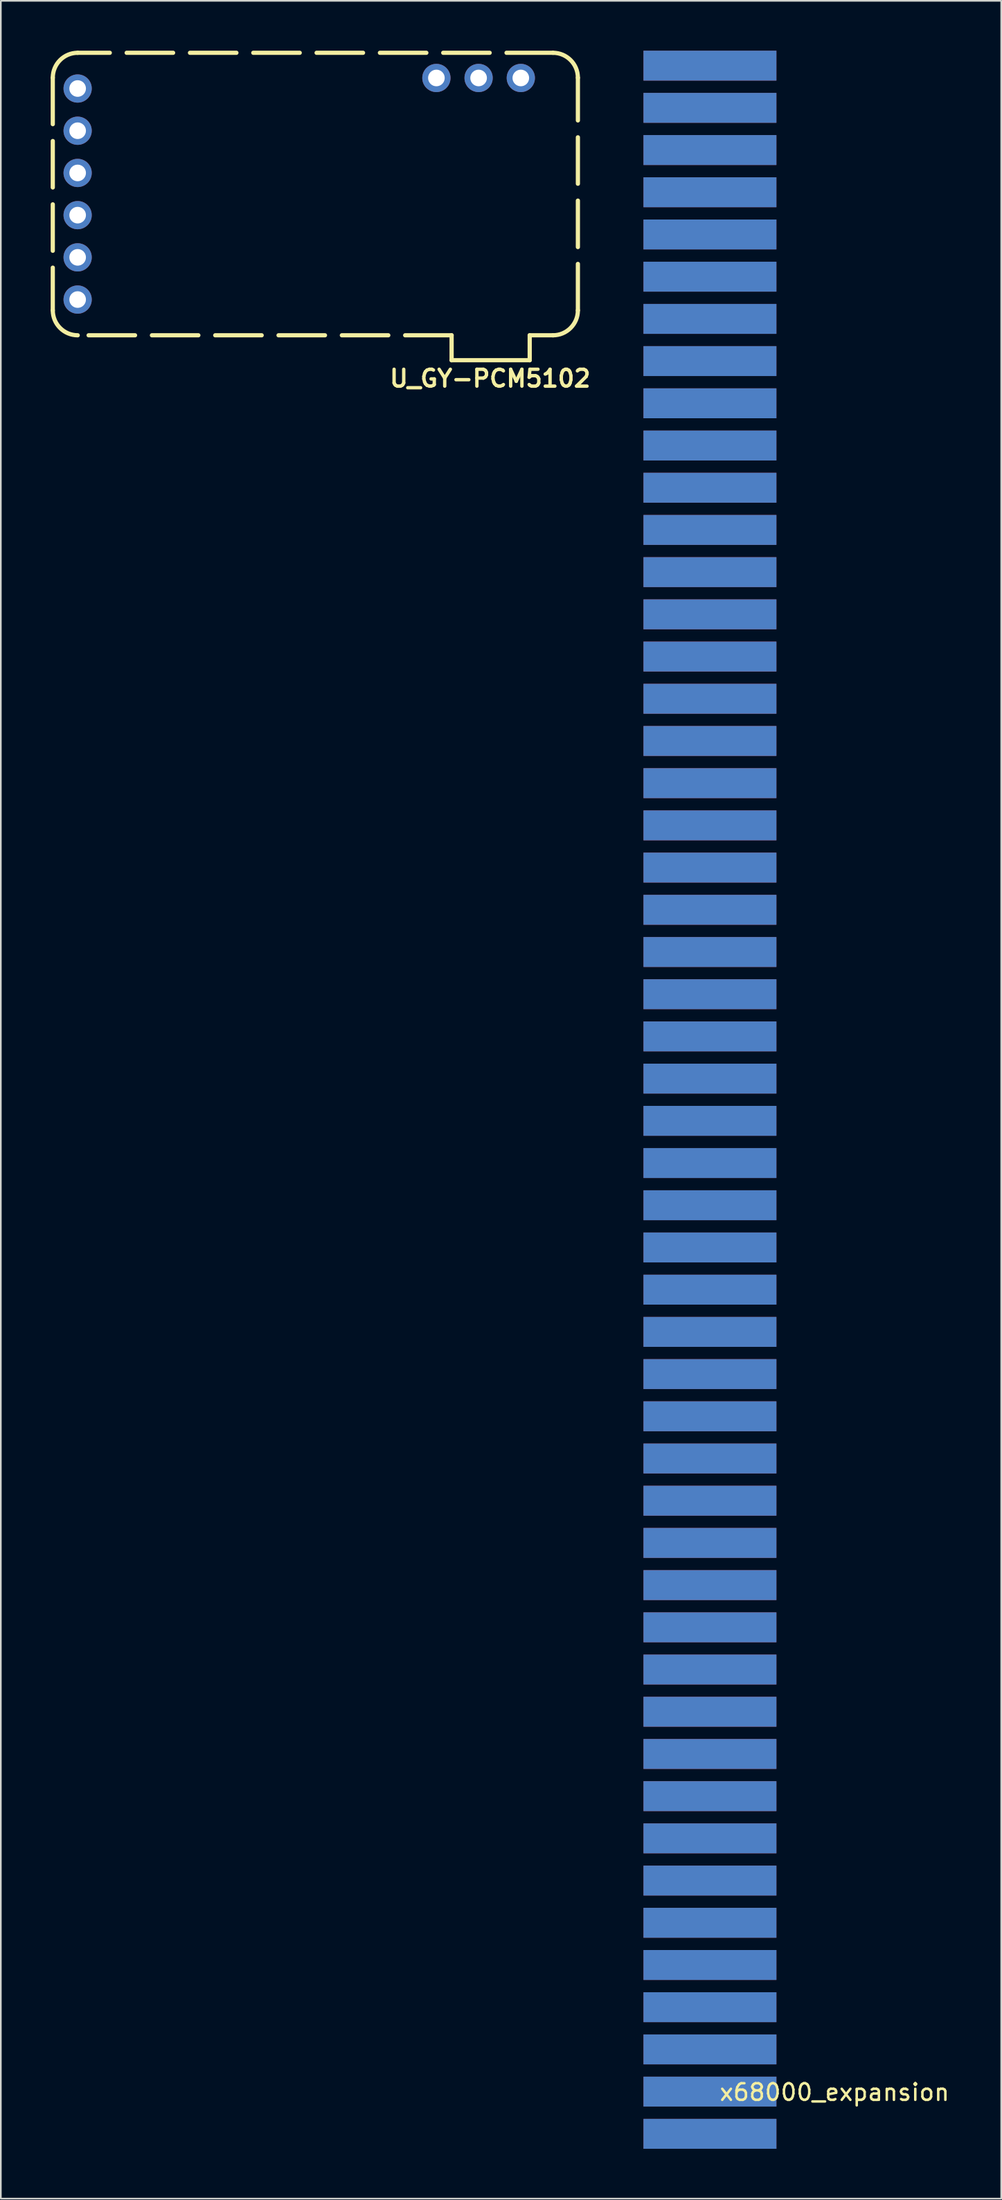
<source format=kicad_pcb>
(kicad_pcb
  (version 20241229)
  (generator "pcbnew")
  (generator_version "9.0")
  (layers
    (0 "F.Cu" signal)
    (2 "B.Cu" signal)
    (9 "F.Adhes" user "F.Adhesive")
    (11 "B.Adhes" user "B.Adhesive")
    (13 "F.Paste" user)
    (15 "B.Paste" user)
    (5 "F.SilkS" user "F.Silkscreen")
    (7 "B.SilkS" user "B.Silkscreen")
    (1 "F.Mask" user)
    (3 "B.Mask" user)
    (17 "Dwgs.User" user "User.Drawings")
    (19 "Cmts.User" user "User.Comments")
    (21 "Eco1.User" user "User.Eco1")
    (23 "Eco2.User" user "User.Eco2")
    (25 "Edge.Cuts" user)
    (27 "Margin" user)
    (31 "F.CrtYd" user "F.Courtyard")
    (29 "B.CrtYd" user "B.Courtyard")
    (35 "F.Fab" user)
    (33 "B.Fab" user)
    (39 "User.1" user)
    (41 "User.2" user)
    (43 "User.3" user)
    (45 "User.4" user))
  (footprint "x68000_expansion"
    (layer "F.Cu")
    (at 39.674 125.36)
    (property "Reference" "x68000_expansion" (at 7.5 -2.5 0) (layer "F.SilkS") (effects (font (size 1 1) (thickness 0.15))))
    (attr through_hole)
    (pad "A1" connect rect (at 0 0) (size 8 1.8) (layers "F.Cu" "F.Mask"))
    (pad "A2" connect rect (at 0 -2.54) (size 8 1.8) (layers "F.Cu" "F.Mask"))
    (pad "A3" connect rect (at 0 -5.08) (size 8 1.8) (layers "F.Cu" "F.Mask"))
    (pad "A4" connect rect (at 0 -7.62) (size 8 1.8) (layers "F.Cu" "F.Mask"))
    (pad "A5" connect rect (at 0 -10.16) (size 8 1.8) (layers "F.Cu" "F.Mask"))
    (pad "A6" connect rect (at 0 -12.7) (size 8 1.8) (layers "F.Cu" "F.Mask"))
    (pad "A7" connect rect (at 0 -15.24) (size 8 1.8) (layers "F.Cu" "F.Mask"))
    (pad "A8" connect rect (at 0 -17.78) (size 8 1.8) (layers "F.Cu" "F.Mask"))
    (pad "A9" connect rect (at 0 -20.32) (size 8 1.8) (layers "F.Cu" "F.Mask"))
    (pad "A10" connect rect (at 0 -22.86) (size 8 1.8) (layers "F.Cu" "F.Mask"))
    (pad "A11" connect rect (at 0 -25.4) (size 8 1.8) (layers "F.Cu" "F.Mask"))
    (pad "A12" connect rect (at 0 -27.94) (size 8 1.8) (layers "F.Cu" "F.Mask"))
    (pad "A13" connect rect (at 0 -30.48) (size 8 1.8) (layers "F.Cu" "F.Mask"))
    (pad "A14" connect rect (at 0 -33.02) (size 8 1.8) (layers "F.Cu" "F.Mask"))
    (pad "A15" connect rect (at 0 -35.56) (size 8 1.8) (layers "F.Cu" "F.Mask"))
    (pad "A16" connect rect (at 0 -38.1) (size 8 1.8) (layers "F.Cu" "F.Mask"))
    (pad "A17" connect rect (at 0 -40.64) (size 8 1.8) (layers "F.Cu" "F.Mask"))
    (pad "A18" connect rect (at 0 -43.18) (size 8 1.8) (layers "F.Cu" "F.Mask"))
    (pad "A19" connect rect (at 0 -45.72) (size 8 1.8) (layers "F.Cu" "F.Mask"))
    (pad "A20" connect rect (at 0 -48.26) (size 8 1.8) (layers "F.Cu" "F.Mask"))
    (pad "A21" connect rect (at 0 -50.8) (size 8 1.8) (layers "F.Cu" "F.Mask"))
    (pad "A22" connect rect (at 0 -53.34) (size 8 1.8) (layers "F.Cu" "F.Mask"))
    (pad "A23" connect rect (at 0 -55.88) (size 8 1.8) (layers "F.Cu" "F.Mask"))
    (pad "A24" connect rect (at 0 -58.42) (size 8 1.8) (layers "F.Cu" "F.Mask"))
    (pad "A25" connect rect (at 0 -60.96) (size 8 1.8) (layers "F.Cu" "F.Mask"))
    (pad "A26" connect rect (at 0 -63.5) (size 8 1.8) (layers "F.Cu" "F.Mask"))
    (pad "A27" connect rect (at 0 -66.04) (size 8 1.8) (layers "F.Cu" "F.Mask"))
    (pad "A28" connect rect (at 0 -68.58) (size 8 1.8) (layers "F.Cu" "F.Mask"))
    (pad "A29" connect rect (at 0 -71.12) (size 8 1.8) (layers "F.Cu" "F.Mask"))
    (pad "A30" connect rect (at 0 -73.66) (size 8 1.8) (layers "F.Cu" "F.Mask"))
    (pad "A31" connect rect (at 0 -76.2) (size 8 1.8) (layers "F.Cu" "F.Mask"))
    (pad "A32" connect rect (at 0 -78.74) (size 8 1.8) (layers "F.Cu" "F.Mask"))
    (pad "A33" connect rect (at 0 -81.28) (size 8 1.8) (layers "F.Cu" "F.Mask"))
    (pad "A34" connect rect (at 0 -83.82) (size 8 1.8) (layers "F.Cu" "F.Mask"))
    (pad "A35" connect rect (at 0 -86.36) (size 8 1.8) (layers "F.Cu" "F.Mask"))
    (pad "A36" connect rect (at 0 -88.9) (size 8 1.8) (layers "F.Cu" "F.Mask"))
    (pad "A37" connect rect (at 0 -91.44) (size 8 1.8) (layers "F.Cu" "F.Mask"))
    (pad "A38" connect rect (at 0 -93.98) (size 8 1.8) (layers "F.Cu" "F.Mask"))
    (pad "A39" connect rect (at 0 -96.52) (size 8 1.8) (layers "F.Cu" "F.Mask"))
    (pad "A40" connect rect (at 0 -99.06) (size 8 1.8) (layers "F.Cu" "F.Mask"))
    (pad "A41" connect rect (at 0 -101.6) (size 8 1.8) (layers "F.Cu" "F.Mask"))
    (pad "A42" connect rect (at 0 -104.14) (size 8 1.8) (layers "F.Cu" "F.Mask"))
    (pad "A43" connect rect (at 0 -106.68) (size 8 1.8) (layers "F.Cu" "F.Mask"))
    (pad "A44" connect rect (at 0 -109.22) (size 8 1.8) (layers "F.Cu" "F.Mask"))
    (pad "A45" connect rect (at 0 -111.76) (size 8 1.8) (layers "F.Cu" "F.Mask"))
    (pad "A46" connect rect (at 0 -114.3) (size 8 1.8) (layers "F.Cu" "F.Mask"))
    (pad "A47" connect rect (at 0 -116.84) (size 8 1.8) (layers "F.Cu" "F.Mask"))
    (pad "A48" connect rect (at 0 -119.38) (size 8 1.8) (layers "F.Cu" "F.Mask"))
    (pad "A49" connect rect (at 0 -121.92) (size 8 1.8) (layers "F.Cu" "F.Mask"))
    (pad "A50" connect rect (at 0 -124.46) (size 8 1.8) (layers "F.Cu" "F.Mask"))
    (pad "B1" connect rect (at 0 0) (size 8 1.8) (layers "B.Cu" "B.Mask"))
    (pad "B2" connect rect (at 0 -2.54) (size 8 1.8) (layers "B.Cu" "B.Mask"))
    (pad "B3" connect rect (at 0 -5.08) (size 8 1.8) (layers "B.Cu" "B.Mask"))
    (pad "B4" connect rect (at 0 -7.62) (size 8 1.8) (layers "B.Cu" "B.Mask"))
    (pad "B5" connect rect (at 0 -10.16) (size 8 1.8) (layers "B.Cu" "B.Mask"))
    (pad "B6" connect rect (at 0 -12.7) (size 8 1.8) (layers "B.Cu" "B.Mask"))
    (pad "B7" connect rect (at 0 -15.24) (size 8 1.8) (layers "B.Cu" "B.Mask"))
    (pad "B8" connect rect (at 0 -17.78) (size 8 1.8) (layers "B.Cu" "B.Mask"))
    (pad "B9" connect rect (at 0 -20.32) (size 8 1.8) (layers "B.Cu" "B.Mask"))
    (pad "B10" connect rect (at 0 -22.86) (size 8 1.8) (layers "B.Cu" "B.Mask"))
    (pad "B11" connect rect (at 0 -25.4) (size 8 1.8) (layers "B.Cu" "B.Mask"))
    (pad "B12" connect rect (at 0 -27.94) (size 8 1.8) (layers "B.Cu" "B.Mask"))
    (pad "B13" connect rect (at 0 -30.48) (size 8 1.8) (layers "B.Cu" "B.Mask"))
    (pad "B14" connect rect (at 0 -33.02) (size 8 1.8) (layers "B.Cu" "B.Mask"))
    (pad "B15" connect rect (at 0 -35.56) (size 8 1.8) (layers "B.Cu" "B.Mask"))
    (pad "B16" connect rect (at 0 -38.1) (size 8 1.8) (layers "B.Cu" "B.Mask"))
    (pad "B17" connect rect (at 0 -40.64) (size 8 1.8) (layers "B.Cu" "B.Mask"))
    (pad "B18" connect rect (at 0 -43.18) (size 8 1.8) (layers "B.Cu" "B.Mask"))
    (pad "B19" connect rect (at 0 -45.72) (size 8 1.8) (layers "B.Cu" "B.Mask"))
    (pad "B20" connect rect (at 0 -48.26) (size 8 1.8) (layers "B.Cu" "B.Mask"))
    (pad "B21" connect rect (at 0 -50.8) (size 8 1.8) (layers "B.Cu" "B.Mask"))
    (pad "B22" connect rect (at 0 -53.34) (size 8 1.8) (layers "B.Cu" "B.Mask"))
    (pad "B23" connect rect (at 0 -55.88) (size 8 1.8) (layers "B.Cu" "B.Mask"))
    (pad "B24" connect rect (at 0 -58.42) (size 8 1.8) (layers "B.Cu" "B.Mask"))
    (pad "B25" connect rect (at 0 -60.96) (size 8 1.8) (layers "B.Cu" "B.Mask"))
    (pad "B26" connect rect (at 0 -63.5) (size 8 1.8) (layers "B.Cu" "B.Mask"))
    (pad "B27" connect rect (at 0 -66.04) (size 8 1.8) (layers "B.Cu" "B.Mask"))
    (pad "B28" connect rect (at 0 -68.58) (size 8 1.8) (layers "B.Cu" "B.Mask"))
    (pad "B29" connect rect (at 0 -71.12) (size 8 1.8) (layers "B.Cu" "B.Mask"))
    (pad "B30" connect rect (at 0 -73.66) (size 8 1.8) (layers "B.Cu" "B.Mask"))
    (pad "B31" connect rect (at 0 -76.2) (size 8 1.8) (layers "B.Cu" "B.Mask"))
    (pad "B32" connect rect (at 0 -78.74) (size 8 1.8) (layers "B.Cu" "B.Mask"))
    (pad "B33" connect rect (at 0 -81.28) (size 8 1.8) (layers "B.Cu" "B.Mask"))
    (pad "B34" connect rect (at 0 -83.82) (size 8 1.8) (layers "B.Cu" "B.Mask"))
    (pad "B35" connect rect (at 0 -86.36) (size 8 1.8) (layers "B.Cu" "B.Mask"))
    (pad "B36" connect rect (at 0 -88.9) (size 8 1.8) (layers "B.Cu" "B.Mask"))
    (pad "B37" connect rect (at 0 -91.44) (size 8 1.8) (layers "B.Cu" "B.Mask"))
    (pad "B38" connect rect (at 0 -93.98) (size 8 1.8) (layers "B.Cu" "B.Mask"))
    (pad "B39" connect rect (at 0 -96.52) (size 8 1.8) (layers "B.Cu" "B.Mask"))
    (pad "B40" connect rect (at 0 -99.06) (size 8 1.8) (layers "B.Cu" "B.Mask"))
    (pad "B41" connect rect (at 0 -101.6) (size 8 1.8) (layers "B.Cu" "B.Mask"))
    (pad "B42" connect rect (at 0 -104.14) (size 8 1.8) (layers "B.Cu" "B.Mask"))
    (pad "B43" connect rect (at 0 -106.68) (size 8 1.8) (layers "B.Cu" "B.Mask"))
    (pad "B44" connect rect (at 0 -109.22) (size 8 1.8) (layers "B.Cu" "B.Mask"))
    (pad "B45" connect rect (at 0 -111.76) (size 8 1.8) (layers "B.Cu" "B.Mask"))
    (pad "B46" connect rect (at 0 -114.3) (size 8 1.8) (layers "B.Cu" "B.Mask"))
    (pad "B47" connect rect (at 0 -116.84) (size 8 1.8) (layers "B.Cu" "B.Mask"))
    (pad "B48" connect rect (at 0 -119.38) (size 8 1.8) (layers "B.Cu" "B.Mask"))
    (pad "B49" connect rect (at 0 -121.92) (size 8 1.8) (layers "B.Cu" "B.Mask"))
    (pad "B50" connect rect (at 0 -124.46) (size 8 1.8) (layers "B.Cu" "B.Mask")))
  (footprint "U_GY-PCM5102"
    (layer "F.Cu")
    (at 15.927 8.627)
    (property "Reference" "U_GY-PCM5102" (at 10.52 11.1 180) (layer "F.SilkS") (effects (font (size 1.016 1.016) (thickness 0.203))))
    (attr through_hole)
    (fp_line (start -15.8 -7) (end -15.8 7) (stroke (width 0.254) (type dash)) (layer "F.SilkS"))
    (fp_line (start 8.2 8.5) (end -14.3 8.5) (stroke (width 0.254) (type dash)) (layer "F.SilkS"))
    (fp_line (start 8.2 10) (end 8.2 8.5) (stroke (width 0.254) (type solid)) (layer "F.SilkS"))
    (fp_line (start 12.9 8.5) (end 12.9 10) (stroke (width 0.254) (type solid)) (layer "F.SilkS"))
    (fp_line (start 12.9 8.5) (end 14.3 8.5) (stroke (width 0.254) (type solid)) (layer "F.SilkS"))
    (fp_line (start 12.9 10) (end 8.2 10) (stroke (width 0.254) (type solid)) (layer "F.SilkS"))
    (fp_line (start 14.3 -8.5) (end -14.3 -8.5) (stroke (width 0.254) (type dash)) (layer "F.SilkS"))
    (fp_line (start 15.8 7) (end 15.8 -7) (stroke (width 0.254) (type dash)) (layer "F.SilkS"))
    (fp_arc (start -15.8 -7) (mid -15.36066 -8.060659) (end -14.3 -8.5) (stroke (width 0.254) (type solid)) (layer "F.SilkS"))
    (fp_arc (start -14.3 8.5) (mid -15.360659 8.06066) (end -15.8 7) (stroke (width 0.254) (type solid)) (layer "F.SilkS"))
    (fp_arc (start 14.3 -8.5) (mid 15.360659 -8.06066) (end 15.8 -7) (stroke (width 0.254) (type solid)) (layer "F.SilkS"))
    (fp_arc (start 15.8 7) (mid 15.36066 8.060659) (end 14.3 8.5) (stroke (width 0.254) (type solid)) (layer "F.SilkS"))
    (pad "1" thru_hole circle (at -14.305 -6.35) (size 1.7 1.7) (drill 1) (layers "*.Cu" "*.Mask"))
    (pad "2" thru_hole circle (at -14.305 -3.81) (size 1.7 1.7) (drill 1) (layers "*.Cu" "*.Mask"))
    (pad "3" thru_hole circle (at -14.305 -1.27) (size 1.7 1.7) (drill 1) (layers "*.Cu" "*.Mask"))
    (pad "4" thru_hole circle (at -14.305 1.27) (size 1.7 1.7) (drill 1) (layers "*.Cu" "*.Mask"))
    (pad "5" thru_hole circle (at -14.305 3.81) (size 1.7 1.7) (drill 1) (layers "*.Cu" "*.Mask"))
    (pad "6" thru_hole circle (at -14.305 6.35) (size 1.7 1.7) (drill 1) (layers "*.Cu" "*.Mask"))
    (pad "7" thru_hole circle (at 12.365 -6.985) (size 1.7 1.7) (drill 1) (layers "*.Cu" "*.Mask"))
    (pad "8" thru_hole circle (at 9.825 -6.985) (size 1.7 1.7) (drill 1) (layers "*.Cu" "*.Mask"))
    (pad "9" thru_hole circle (at 7.285 -6.985) (size 1.7 1.7) (drill 1) (layers "*.Cu" "*.Mask")))
  (gr_rect
    (start -3 -3)
    (end 57.203 129.26)
    (stroke (width 0.1) (type default))
    (fill no)
    (layer "Edge.Cuts")))
</source>
